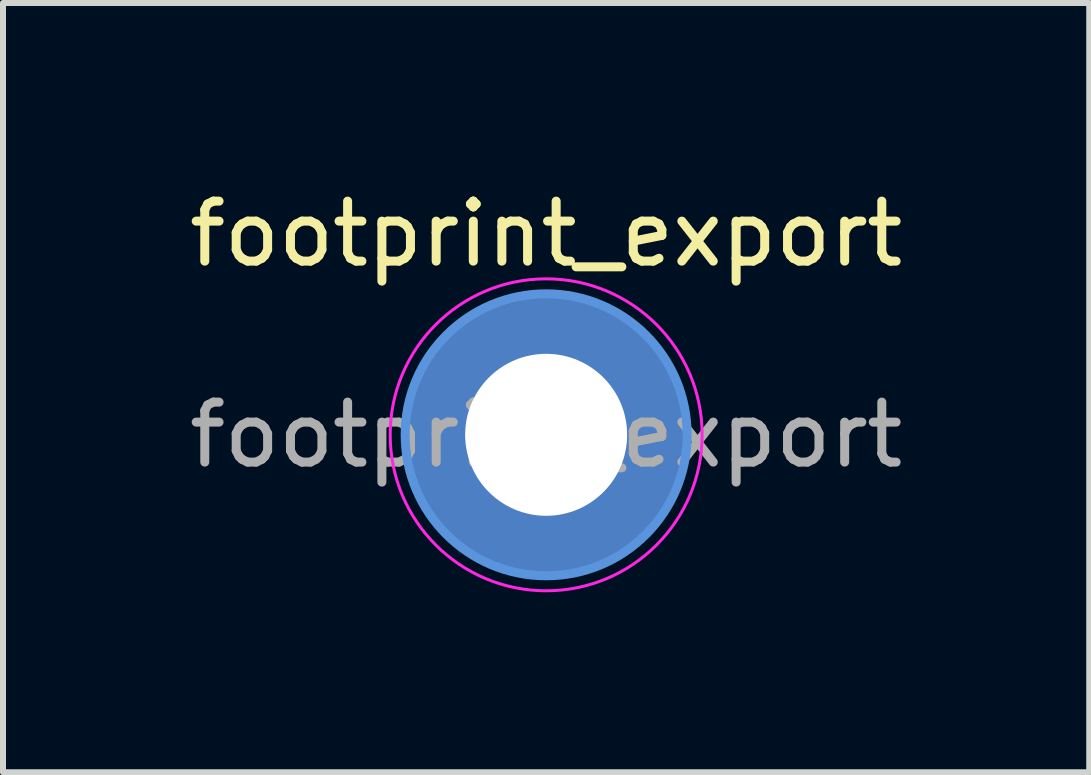
<source format=kicad_pcb>
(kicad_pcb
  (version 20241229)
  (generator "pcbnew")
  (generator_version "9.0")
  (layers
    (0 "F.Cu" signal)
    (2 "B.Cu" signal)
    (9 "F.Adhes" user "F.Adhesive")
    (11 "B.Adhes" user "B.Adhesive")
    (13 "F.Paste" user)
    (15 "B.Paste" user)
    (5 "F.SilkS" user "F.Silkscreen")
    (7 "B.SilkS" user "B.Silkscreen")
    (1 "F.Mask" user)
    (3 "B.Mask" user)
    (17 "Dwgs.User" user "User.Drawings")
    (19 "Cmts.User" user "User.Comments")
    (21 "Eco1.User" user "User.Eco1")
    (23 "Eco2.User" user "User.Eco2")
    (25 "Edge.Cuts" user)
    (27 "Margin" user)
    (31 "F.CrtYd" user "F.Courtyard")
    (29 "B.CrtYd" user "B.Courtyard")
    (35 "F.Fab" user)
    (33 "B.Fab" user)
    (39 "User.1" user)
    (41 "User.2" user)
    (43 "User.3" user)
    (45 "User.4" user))
  (footprint "footprint_export"
    (layer "F.Cu")
    (at 6.054 4.198)
    (property "Reference" "footprint_export" (at 0 -3.35 0) (layer "F.SilkS") (effects (font (size 1 1) (thickness 0.15))))
    (attr exclude_from_pos_files exclude_from_bom)
    (fp_circle (center 0 0) (end 2.35 0) (stroke (width 0.15) (type solid)) (fill no) (layer "Cmts.User"))
    (fp_circle (center 0 0) (end 2.6 0) (stroke (width 0.05) (type solid)) (fill no) (layer "F.CrtYd"))
    (fp_text user "${REFERENCE}" (at 0 0 0) (layer "F.Fab") (effects (font (size 1 1) (thickness 0.15))))
    (pad "1" thru_hole circle (at 0 0) (size 3.1 3.1) (drill 2.7) (layers "*.Cu" "*.Mask"))
    (pad "1" connect circle (at 0 0) (size 4.7 4.7) (layers "F.Cu" "F.Mask"))
    (pad "1" connect circle (at 0 0) (size 4.7 4.7) (layers "B.Cu" "B.Mask")))
  (gr_rect
    (start -3 -3)
    (end 15.107 9.823)
    (stroke (width 0.1) (type default))
    (fill no)
    (layer "Edge.Cuts")))
</source>
